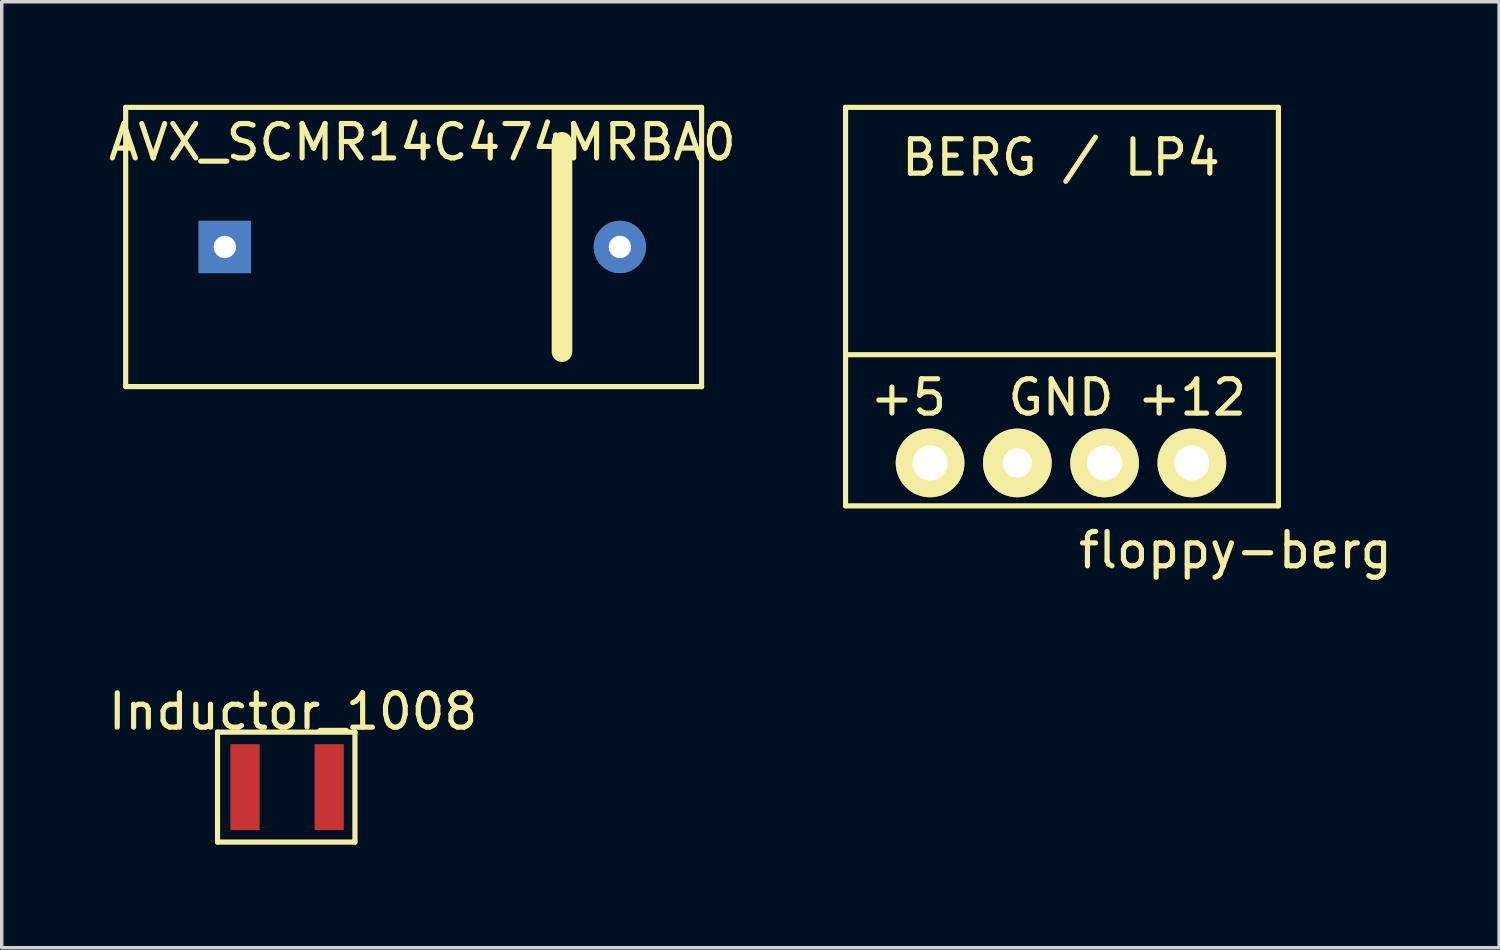
<source format=kicad_pcb>
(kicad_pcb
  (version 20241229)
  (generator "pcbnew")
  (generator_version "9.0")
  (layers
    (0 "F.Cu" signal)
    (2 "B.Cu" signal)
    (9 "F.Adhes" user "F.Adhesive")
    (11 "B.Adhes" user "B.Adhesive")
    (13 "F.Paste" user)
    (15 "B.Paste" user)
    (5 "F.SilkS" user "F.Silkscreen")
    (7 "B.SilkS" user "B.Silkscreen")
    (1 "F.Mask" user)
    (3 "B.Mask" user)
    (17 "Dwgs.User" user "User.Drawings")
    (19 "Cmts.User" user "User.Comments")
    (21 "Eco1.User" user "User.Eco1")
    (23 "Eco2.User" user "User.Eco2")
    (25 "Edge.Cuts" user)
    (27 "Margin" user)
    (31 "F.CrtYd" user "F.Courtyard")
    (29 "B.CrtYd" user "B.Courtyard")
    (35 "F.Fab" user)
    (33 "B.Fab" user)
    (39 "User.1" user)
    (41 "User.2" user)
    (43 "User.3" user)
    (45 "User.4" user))
  (footprint "floppy-berg"
    (layer "F.Cu")
    (at 24.023 10.425)
    (property "Reference" "floppy-berg" (at 8.89 2.54 0) (layer "F.SilkS") (effects (font (size 1 1) (thickness 0.15))))
    (attr through_hole)
    (fp_line (start -2.46 -10.35) (end -2.46 1.25) (stroke (width 0.15) (type solid)) (layer "F.SilkS"))
    (fp_line (start -2.46 -3.15) (end 10.14 -3.15) (stroke (width 0.15) (type solid)) (layer "F.SilkS"))
    (fp_line (start 10.14 -10.35) (end -2.46 -10.35) (stroke (width 0.15) (type solid)) (layer "F.SilkS"))
    (fp_line (start 10.14 1.25) (end -2.46 1.25) (stroke (width 0.15) (type solid)) (layer "F.SilkS"))
    (fp_line (start 10.14 1.25) (end 10.14 -10.35) (stroke (width 0.15) (type solid)) (layer "F.SilkS"))
    (fp_text user "GND" (at 3.81 -1.905 0) (layer "F.SilkS") (effects (font (size 1 1) (thickness 0.15))))
    (fp_text user "+12" (at 7.62 -1.905 0) (layer "F.SilkS") (effects (font (size 1 1) (thickness 0.15))))
    (fp_text user "BERG / LP4" (at 3.81 -8.89 0) (layer "F.SilkS") (effects (font (size 1 1) (thickness 0.15))))
    (fp_text user "+5" (at -0.635 -1.905 0) (layer "F.SilkS") (effects (font (size 1 1) (thickness 0.15))))
    (pad "1" thru_hole circle (at 0 0) (size 2 2) (drill 1.02) (layers "*.Cu" "*.Mask" "F.SilkS"))
    (pad "2" thru_hole circle (at 2.54 0) (size 2 2) (drill 0.85) (layers "*.Cu" "*.Mask" "F.SilkS"))
    (pad "3" thru_hole circle (at 5.08 0) (size 2 2) (drill 1.02) (layers "*.Cu" "*.Mask" "F.SilkS"))
    (pad "4" thru_hole circle (at 7.62 0) (size 2 2) (drill 1.02) (layers "*.Cu" "*.Mask" "F.SilkS")))
  (footprint "AVX_SCMR14C474MRBA0"
    (layer "F.Cu")
    (at 9.244 4.139)
    (property "Reference" "AVX_SCMR14C474MRBA0" (at 0 -3.048 0) (layer "F.SilkS") (effects (font (size 1 1) (thickness 0.15))))
    (attr through_hole)
    (fp_line (start -8.636 -4.064) (end 8.128 -4.064) (stroke (width 0.15) (type solid)) (layer "F.SilkS"))
    (fp_line (start -8.636 4.064) (end -8.636 -4.064) (stroke (width 0.15) (type solid)) (layer "F.SilkS"))
    (fp_line (start 4.064 -3.048) (end 4.064 3.048) (stroke (width 0.6) (type solid)) (layer "F.SilkS"))
    (fp_line (start 8.128 -4.064) (end 8.128 4.064) (stroke (width 0.15) (type solid)) (layer "F.SilkS"))
    (fp_line (start 8.128 4.064) (end -8.636 4.064) (stroke (width 0.15) (type solid)) (layer "F.SilkS"))
    (pad "1" thru_hole rect (at -5.75 0) (size 1.524 1.524) (drill 0.65) (layers "*.Cu" "*.Mask"))
    (pad "2" thru_hole circle (at 5.75 0) (size 1.524 1.524) (drill 0.65) (layers "*.Cu" "*.Mask")))
  (footprint "Inductor_1008"
    (layer "F.Cu")
    (at 5.302 19.861)
    (property "Reference" "Inductor_1008" (at 0.18 -2.2 0) (layer "F.SilkS") (effects (font (size 1 1) (thickness 0.15))))
    (attr smd)
    (fp_line (start -2.02 -1.6) (end 1.98 -1.6) (stroke (width 0.15) (type solid)) (layer "F.SilkS"))
    (fp_line (start -2.02 1.6) (end -2.02 -1.6) (stroke (width 0.15) (type solid)) (layer "F.SilkS"))
    (fp_line (start 1.98 -1.6) (end 1.98 1.6) (stroke (width 0.15) (type solid)) (layer "F.SilkS"))
    (fp_line (start 1.98 1.6) (end -2.02 1.6) (stroke (width 0.15) (type solid)) (layer "F.SilkS"))
    (pad "1" smd rect (at -1.22 0) (size 0.85 2.5) (layers "F.Cu" "F.Mask" "F.Paste"))
    (pad "2" smd rect (at 1.23 0) (size 0.85 2.5) (layers "F.Cu" "F.Mask" "F.Paste")))
  (gr_rect
    (start -3 -3)
    (end 40.586 24.537)
    (stroke (width 0.1) (type default))
    (fill no)
    (layer "Edge.Cuts")))
</source>
